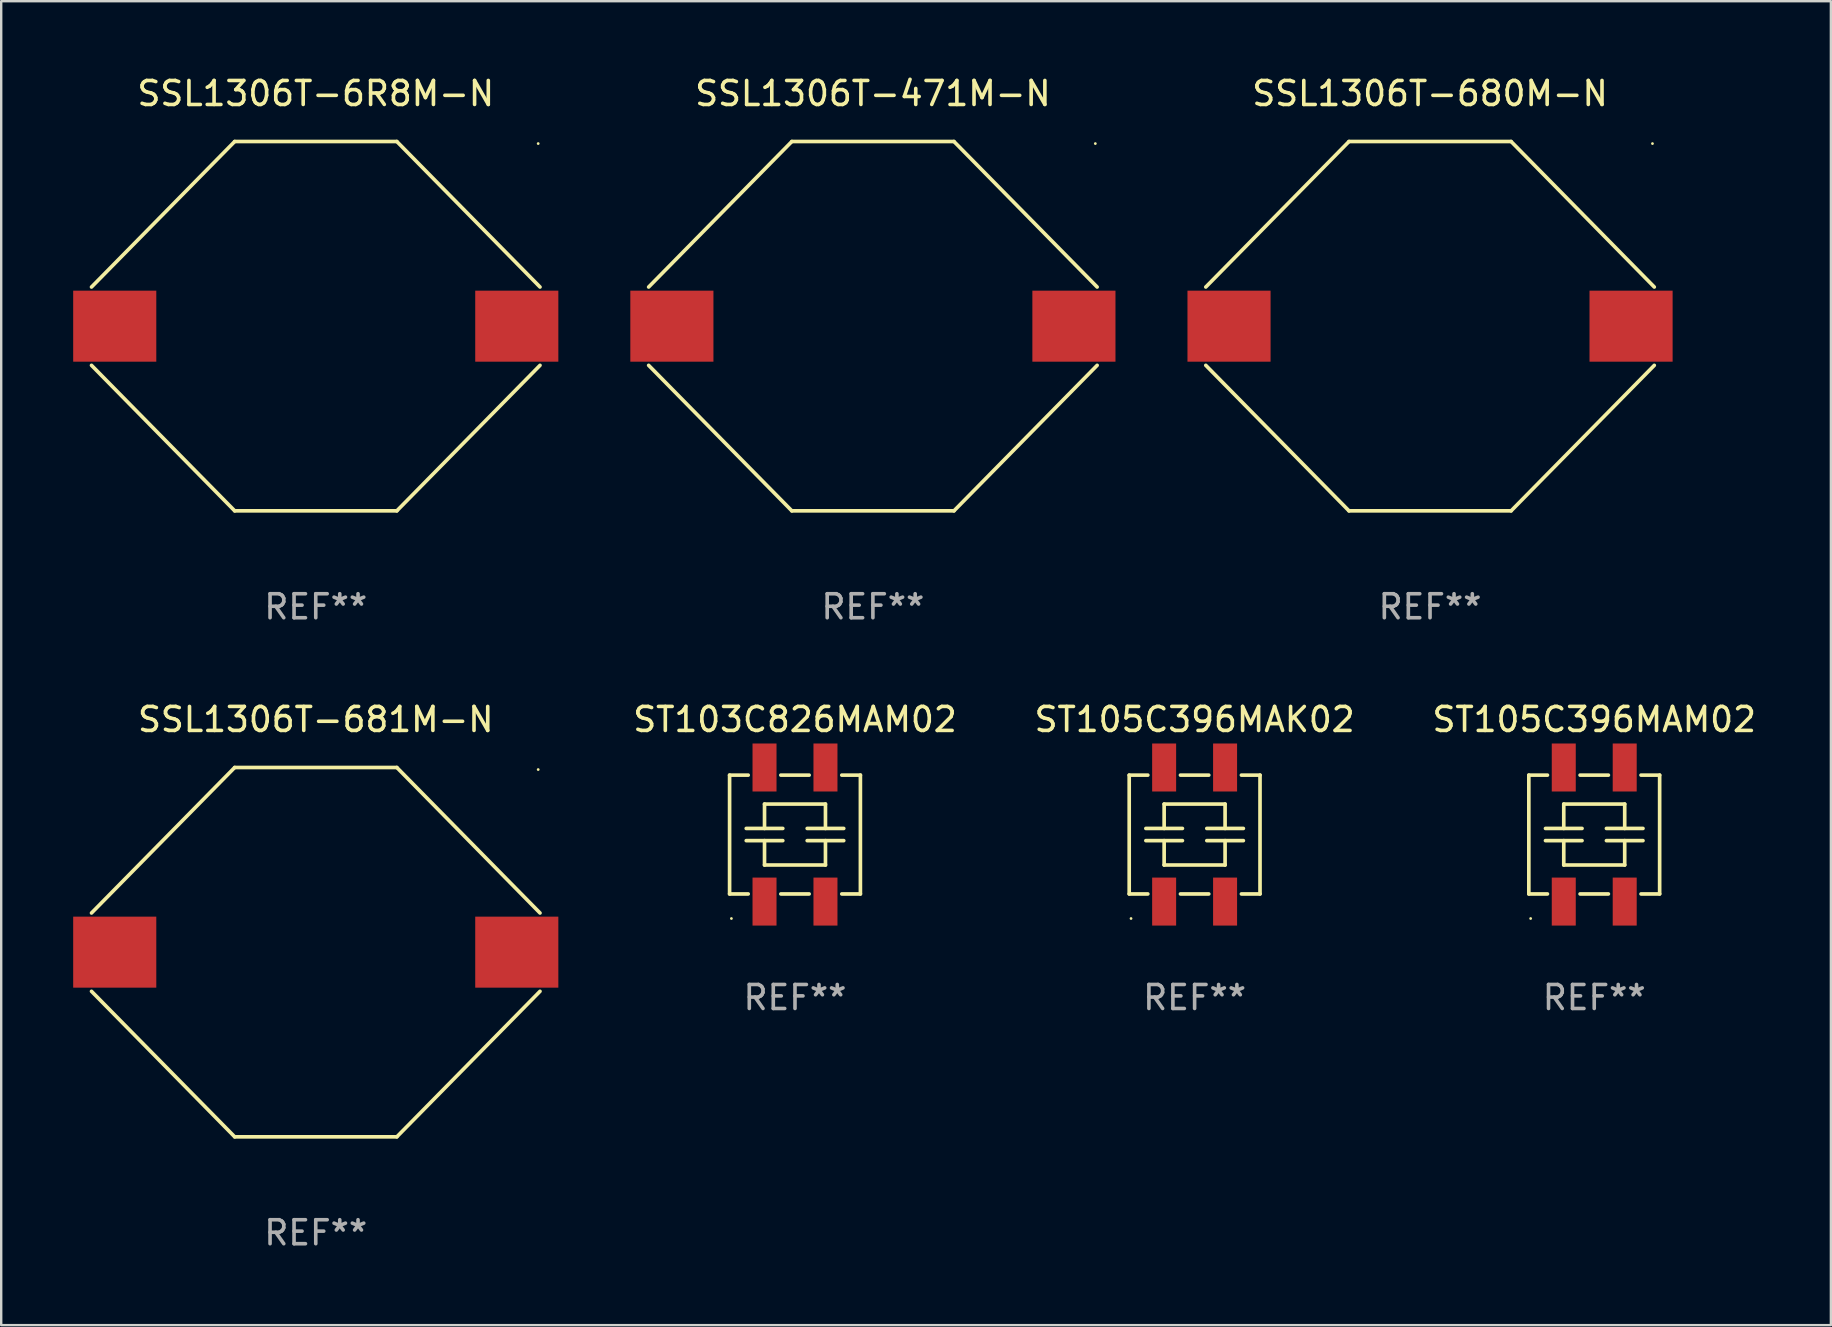
<source format=kicad_pcb>
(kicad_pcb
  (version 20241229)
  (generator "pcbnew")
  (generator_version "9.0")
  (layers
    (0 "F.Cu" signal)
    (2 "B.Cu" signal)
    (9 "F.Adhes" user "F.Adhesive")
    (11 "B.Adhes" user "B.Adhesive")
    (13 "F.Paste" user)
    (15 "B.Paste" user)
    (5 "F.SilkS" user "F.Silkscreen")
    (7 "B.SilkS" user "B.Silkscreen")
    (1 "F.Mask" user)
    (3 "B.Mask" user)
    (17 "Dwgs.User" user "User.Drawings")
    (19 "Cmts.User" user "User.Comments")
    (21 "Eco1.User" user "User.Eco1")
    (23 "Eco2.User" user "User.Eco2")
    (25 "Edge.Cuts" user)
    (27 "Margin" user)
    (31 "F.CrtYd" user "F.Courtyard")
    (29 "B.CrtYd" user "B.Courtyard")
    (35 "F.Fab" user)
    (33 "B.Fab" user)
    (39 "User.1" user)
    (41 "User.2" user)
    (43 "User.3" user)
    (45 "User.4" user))
  (footprint "SSL1306T-680M-N"
    (layer "F.Cu")
    (at 56.55 10.544)
    (property "Reference" "SSL1306T-680M-N" (at 0 -9.696 0) (layer "F.SilkS") (effects (font (size 1 1) (thickness 0.15))))
    (attr through_hole)
    (fp_line (start -9.346 -1.632) (end -3.379 -7.696) (stroke (width 0.152) (type solid)) (layer "F.SilkS"))
    (fp_line (start -9.346 1.632) (end -3.379 7.696) (stroke (width 0.152) (type solid)) (layer "F.SilkS"))
    (fp_line (start -3.379 -7.696) (end 3.379 -7.696) (stroke (width 0.152) (type solid)) (layer "F.SilkS"))
    (fp_line (start -3.379 7.696) (end 3.379 7.696) (stroke (width 0.152) (type solid)) (layer "F.SilkS"))
    (fp_line (start 9.346 -1.632) (end 3.379 -7.696) (stroke (width 0.152) (type solid)) (layer "F.SilkS"))
    (fp_line (start 9.346 1.632) (end 3.379 7.696) (stroke (width 0.152) (type solid)) (layer "F.SilkS"))
    (fp_circle (center 9.27 -7.61) (end 9.3 -7.61) (stroke (width 0.06) (type solid)) (fill no) (layer "F.SilkS"))
    (fp_text user "REF**" (at 0 11.696 0) (layer "F.Fab") (effects (font (size 1 1) (thickness 0.15))))
    (pad "1" smd rect (at 8.378 0) (size 3.464 2.96) (layers "F.Cu" "F.Mask" "F.Paste"))
    (pad "2" smd rect (at -8.378 0) (size 3.464 2.96) (layers "F.Cu" "F.Mask" "F.Paste")))
  (footprint "ST105C396MAM02"
    (layer "F.Cu")
    (at 63.393 31.731)
    (property "Reference" "ST105C396MAM02" (at 0 -4.794 0) (layer "F.SilkS") (effects (font (size 1 1) (thickness 0.15))))
    (attr through_hole)
    (fp_line (start -2.726 2.476) (end -2.726 -2.476) (stroke (width 0.152) (type solid)) (layer "F.SilkS"))
    (fp_line (start -2.726 2.476) (end -1.95 2.476) (stroke (width 0.152) (type solid)) (layer "F.SilkS"))
    (fp_line (start -2.032 -0.254) (end -0.508 -0.254) (stroke (width 0.152) (type solid)) (layer "F.SilkS"))
    (fp_line (start -2.032 0.254) (end -0.508 0.254) (stroke (width 0.152) (type solid)) (layer "F.SilkS"))
    (fp_line (start -1.95 -2.476) (end -2.726 -2.476) (stroke (width 0.152) (type solid)) (layer "F.SilkS"))
    (fp_line (start -1.27 -1.27) (end -1.27 -0.254) (stroke (width 0.152) (type solid)) (layer "F.SilkS"))
    (fp_line (start -1.27 -1.27) (end 1.27 -1.27) (stroke (width 0.152) (type solid)) (layer "F.SilkS"))
    (fp_line (start -1.27 1.27) (end -1.27 0.254) (stroke (width 0.152) (type solid)) (layer "F.SilkS"))
    (fp_line (start -1.27 1.27) (end 1.27 1.27) (stroke (width 0.152) (type solid)) (layer "F.SilkS"))
    (fp_line (start -0.59 2.476) (end 0.59 2.476) (stroke (width 0.152) (type solid)) (layer "F.SilkS"))
    (fp_line (start 0.508 -0.254) (end 2.032 -0.254) (stroke (width 0.152) (type solid)) (layer "F.SilkS"))
    (fp_line (start 0.508 0.254) (end 2.032 0.254) (stroke (width 0.152) (type solid)) (layer "F.SilkS"))
    (fp_line (start 0.59 -2.476) (end -0.59 -2.476) (stroke (width 0.152) (type solid)) (layer "F.SilkS"))
    (fp_line (start 1.27 -1.27) (end 1.27 -0.254) (stroke (width 0.152) (type solid)) (layer "F.SilkS"))
    (fp_line (start 1.27 1.27) (end 1.27 0.254) (stroke (width 0.152) (type solid)) (layer "F.SilkS"))
    (fp_line (start 1.95 2.476) (end 2.726 2.476) (stroke (width 0.152) (type solid)) (layer "F.SilkS"))
    (fp_line (start 2.726 -2.476) (end 1.95 -2.476) (stroke (width 0.152) (type solid)) (layer "F.SilkS"))
    (fp_line (start 2.726 -2.476) (end 2.726 2.476) (stroke (width 0.152) (type solid)) (layer "F.SilkS"))
    (fp_circle (center -2.65 3.5) (end -2.62 3.5) (stroke (width 0.06) (type solid)) (fill no) (layer "F.SilkS"))
    (fp_text user "REF**" (at 0 6.794 0) (layer "F.Fab") (effects (font (size 1 1) (thickness 0.15))))
    (pad "1" smd rect (at -1.27 2.794) (size 1 2) (layers "F.Cu" "F.Mask" "F.Paste"))
    (pad "2" smd rect (at -1.27 -2.794) (size 1 2) (layers "F.Cu" "F.Mask" "F.Paste"))
    (pad "3" smd rect (at 1.27 2.794) (size 1 2) (layers "F.Cu" "F.Mask" "F.Paste"))
    (pad "4" smd rect (at 1.27 -2.794) (size 1 2) (layers "F.Cu" "F.Mask" "F.Paste")))
  (footprint "ST105C396MAK02"
    (layer "F.Cu")
    (at 46.738 31.731)
    (property "Reference" "ST105C396MAK02" (at 0 -4.794 0) (layer "F.SilkS") (effects (font (size 1 1) (thickness 0.15))))
    (attr through_hole)
    (fp_line (start -2.726 2.476) (end -2.726 -2.476) (stroke (width 0.152) (type solid)) (layer "F.SilkS"))
    (fp_line (start -2.726 2.476) (end -1.95 2.476) (stroke (width 0.152) (type solid)) (layer "F.SilkS"))
    (fp_line (start -2.032 -0.254) (end -0.508 -0.254) (stroke (width 0.152) (type solid)) (layer "F.SilkS"))
    (fp_line (start -2.032 0.254) (end -0.508 0.254) (stroke (width 0.152) (type solid)) (layer "F.SilkS"))
    (fp_line (start -1.95 -2.476) (end -2.726 -2.476) (stroke (width 0.152) (type solid)) (layer "F.SilkS"))
    (fp_line (start -1.27 -1.27) (end -1.27 -0.254) (stroke (width 0.152) (type solid)) (layer "F.SilkS"))
    (fp_line (start -1.27 -1.27) (end 1.27 -1.27) (stroke (width 0.152) (type solid)) (layer "F.SilkS"))
    (fp_line (start -1.27 1.27) (end -1.27 0.254) (stroke (width 0.152) (type solid)) (layer "F.SilkS"))
    (fp_line (start -1.27 1.27) (end 1.27 1.27) (stroke (width 0.152) (type solid)) (layer "F.SilkS"))
    (fp_line (start -0.59 2.476) (end 0.59 2.476) (stroke (width 0.152) (type solid)) (layer "F.SilkS"))
    (fp_line (start 0.508 -0.254) (end 2.032 -0.254) (stroke (width 0.152) (type solid)) (layer "F.SilkS"))
    (fp_line (start 0.508 0.254) (end 2.032 0.254) (stroke (width 0.152) (type solid)) (layer "F.SilkS"))
    (fp_line (start 0.59 -2.476) (end -0.59 -2.476) (stroke (width 0.152) (type solid)) (layer "F.SilkS"))
    (fp_line (start 1.27 -1.27) (end 1.27 -0.254) (stroke (width 0.152) (type solid)) (layer "F.SilkS"))
    (fp_line (start 1.27 1.27) (end 1.27 0.254) (stroke (width 0.152) (type solid)) (layer "F.SilkS"))
    (fp_line (start 1.95 2.476) (end 2.726 2.476) (stroke (width 0.152) (type solid)) (layer "F.SilkS"))
    (fp_line (start 2.726 -2.476) (end 1.95 -2.476) (stroke (width 0.152) (type solid)) (layer "F.SilkS"))
    (fp_line (start 2.726 -2.476) (end 2.726 2.476) (stroke (width 0.152) (type solid)) (layer "F.SilkS"))
    (fp_circle (center -2.65 3.5) (end -2.62 3.5) (stroke (width 0.06) (type solid)) (fill no) (layer "F.SilkS"))
    (fp_text user "REF**" (at 0 6.794 0) (layer "F.Fab") (effects (font (size 1 1) (thickness 0.15))))
    (pad "1" smd rect (at -1.27 2.794) (size 1 2) (layers "F.Cu" "F.Mask" "F.Paste"))
    (pad "2" smd rect (at -1.27 -2.794) (size 1 2) (layers "F.Cu" "F.Mask" "F.Paste"))
    (pad "3" smd rect (at 1.27 2.794) (size 1 2) (layers "F.Cu" "F.Mask" "F.Paste"))
    (pad "4" smd rect (at 1.27 -2.794) (size 1 2) (layers "F.Cu" "F.Mask" "F.Paste")))
  (footprint "SSL1306T-681M-N"
    (layer "F.Cu")
    (at 10.11 36.633)
    (property "Reference" "SSL1306T-681M-N" (at 0 -9.696 0) (layer "F.SilkS") (effects (font (size 1 1) (thickness 0.15))))
    (attr through_hole)
    (fp_line (start -9.346 -1.632) (end -3.379 -7.696) (stroke (width 0.152) (type solid)) (layer "F.SilkS"))
    (fp_line (start -9.346 1.632) (end -3.379 7.696) (stroke (width 0.152) (type solid)) (layer "F.SilkS"))
    (fp_line (start -3.379 -7.696) (end 3.379 -7.696) (stroke (width 0.152) (type solid)) (layer "F.SilkS"))
    (fp_line (start -3.379 7.696) (end 3.379 7.696) (stroke (width 0.152) (type solid)) (layer "F.SilkS"))
    (fp_line (start 9.346 -1.632) (end 3.379 -7.696) (stroke (width 0.152) (type solid)) (layer "F.SilkS"))
    (fp_line (start 9.346 1.632) (end 3.379 7.696) (stroke (width 0.152) (type solid)) (layer "F.SilkS"))
    (fp_circle (center 9.27 -7.61) (end 9.3 -7.61) (stroke (width 0.06) (type solid)) (fill no) (layer "F.SilkS"))
    (fp_text user "REF**" (at 0 11.696 0) (layer "F.Fab") (effects (font (size 1 1) (thickness 0.15))))
    (pad "1" smd rect (at 8.378 0) (size 3.464 2.96) (layers "F.Cu" "F.Mask" "F.Paste"))
    (pad "2" smd rect (at -8.378 0) (size 3.464 2.96) (layers "F.Cu" "F.Mask" "F.Paste")))
  (footprint "ST103C826MAM02"
    (layer "F.Cu")
    (at 30.083 31.731)
    (property "Reference" "ST103C826MAM02" (at 0 -4.794 0) (layer "F.SilkS") (effects (font (size 1 1) (thickness 0.15))))
    (attr through_hole)
    (fp_line (start -2.726 2.476) (end -2.726 -2.476) (stroke (width 0.152) (type solid)) (layer "F.SilkS"))
    (fp_line (start -2.726 2.476) (end -1.95 2.476) (stroke (width 0.152) (type solid)) (layer "F.SilkS"))
    (fp_line (start -2.032 -0.254) (end -0.508 -0.254) (stroke (width 0.152) (type solid)) (layer "F.SilkS"))
    (fp_line (start -2.032 0.254) (end -0.508 0.254) (stroke (width 0.152) (type solid)) (layer "F.SilkS"))
    (fp_line (start -1.95 -2.476) (end -2.726 -2.476) (stroke (width 0.152) (type solid)) (layer "F.SilkS"))
    (fp_line (start -1.27 -1.27) (end -1.27 -0.254) (stroke (width 0.152) (type solid)) (layer "F.SilkS"))
    (fp_line (start -1.27 -1.27) (end 1.27 -1.27) (stroke (width 0.152) (type solid)) (layer "F.SilkS"))
    (fp_line (start -1.27 1.27) (end -1.27 0.254) (stroke (width 0.152) (type solid)) (layer "F.SilkS"))
    (fp_line (start -1.27 1.27) (end 1.27 1.27) (stroke (width 0.152) (type solid)) (layer "F.SilkS"))
    (fp_line (start -0.59 2.476) (end 0.59 2.476) (stroke (width 0.152) (type solid)) (layer "F.SilkS"))
    (fp_line (start 0.508 -0.254) (end 2.032 -0.254) (stroke (width 0.152) (type solid)) (layer "F.SilkS"))
    (fp_line (start 0.508 0.254) (end 2.032 0.254) (stroke (width 0.152) (type solid)) (layer "F.SilkS"))
    (fp_line (start 0.59 -2.476) (end -0.59 -2.476) (stroke (width 0.152) (type solid)) (layer "F.SilkS"))
    (fp_line (start 1.27 -1.27) (end 1.27 -0.254) (stroke (width 0.152) (type solid)) (layer "F.SilkS"))
    (fp_line (start 1.27 1.27) (end 1.27 0.254) (stroke (width 0.152) (type solid)) (layer "F.SilkS"))
    (fp_line (start 1.95 2.476) (end 2.726 2.476) (stroke (width 0.152) (type solid)) (layer "F.SilkS"))
    (fp_line (start 2.726 -2.476) (end 1.95 -2.476) (stroke (width 0.152) (type solid)) (layer "F.SilkS"))
    (fp_line (start 2.726 -2.476) (end 2.726 2.476) (stroke (width 0.152) (type solid)) (layer "F.SilkS"))
    (fp_circle (center -2.65 3.5) (end -2.62 3.5) (stroke (width 0.06) (type solid)) (fill no) (layer "F.SilkS"))
    (fp_text user "REF**" (at 0 6.794 0) (layer "F.Fab") (effects (font (size 1 1) (thickness 0.15))))
    (pad "1" smd rect (at -1.27 2.794) (size 1 2) (layers "F.Cu" "F.Mask" "F.Paste"))
    (pad "2" smd rect (at -1.27 -2.794) (size 1 2) (layers "F.Cu" "F.Mask" "F.Paste"))
    (pad "3" smd rect (at 1.27 2.794) (size 1 2) (layers "F.Cu" "F.Mask" "F.Paste"))
    (pad "4" smd rect (at 1.27 -2.794) (size 1 2) (layers "F.Cu" "F.Mask" "F.Paste")))
  (footprint "SSL1306T-471M-N"
    (layer "F.Cu")
    (at 33.33 10.544)
    (property "Reference" "SSL1306T-471M-N" (at 0 -9.696 0) (layer "F.SilkS") (effects (font (size 1 1) (thickness 0.15))))
    (attr through_hole)
    (fp_line (start -9.346 -1.632) (end -3.379 -7.696) (stroke (width 0.152) (type solid)) (layer "F.SilkS"))
    (fp_line (start -9.346 1.632) (end -3.379 7.696) (stroke (width 0.152) (type solid)) (layer "F.SilkS"))
    (fp_line (start -3.379 -7.696) (end 3.379 -7.696) (stroke (width 0.152) (type solid)) (layer "F.SilkS"))
    (fp_line (start -3.379 7.696) (end 3.379 7.696) (stroke (width 0.152) (type solid)) (layer "F.SilkS"))
    (fp_line (start 9.346 -1.632) (end 3.379 -7.696) (stroke (width 0.152) (type solid)) (layer "F.SilkS"))
    (fp_line (start 9.346 1.632) (end 3.379 7.696) (stroke (width 0.152) (type solid)) (layer "F.SilkS"))
    (fp_circle (center 9.27 -7.61) (end 9.3 -7.61) (stroke (width 0.06) (type solid)) (fill no) (layer "F.SilkS"))
    (fp_text user "REF**" (at 0 11.696 0) (layer "F.Fab") (effects (font (size 1 1) (thickness 0.15))))
    (pad "1" smd rect (at 8.378 0) (size 3.464 2.96) (layers "F.Cu" "F.Mask" "F.Paste"))
    (pad "2" smd rect (at -8.378 0) (size 3.464 2.96) (layers "F.Cu" "F.Mask" "F.Paste")))
  (footprint "SSL1306T-6R8M-N"
    (layer "F.Cu")
    (at 10.11 10.544)
    (property "Reference" "SSL1306T-6R8M-N" (at 0 -9.696 0) (layer "F.SilkS") (effects (font (size 1 1) (thickness 0.15))))
    (attr through_hole)
    (fp_line (start -9.346 -1.632) (end -3.379 -7.696) (stroke (width 0.152) (type solid)) (layer "F.SilkS"))
    (fp_line (start -9.346 1.632) (end -3.379 7.696) (stroke (width 0.152) (type solid)) (layer "F.SilkS"))
    (fp_line (start -3.379 -7.696) (end 3.379 -7.696) (stroke (width 0.152) (type solid)) (layer "F.SilkS"))
    (fp_line (start -3.379 7.696) (end 3.379 7.696) (stroke (width 0.152) (type solid)) (layer "F.SilkS"))
    (fp_line (start 9.346 -1.632) (end 3.379 -7.696) (stroke (width 0.152) (type solid)) (layer "F.SilkS"))
    (fp_line (start 9.346 1.632) (end 3.379 7.696) (stroke (width 0.152) (type solid)) (layer "F.SilkS"))
    (fp_circle (center 9.27 -7.61) (end 9.3 -7.61) (stroke (width 0.06) (type solid)) (fill no) (layer "F.SilkS"))
    (fp_text user "REF**" (at 0 11.696 0) (layer "F.Fab") (effects (font (size 1 1) (thickness 0.15))))
    (pad "1" smd rect (at 8.378 0) (size 3.464 2.96) (layers "F.Cu" "F.Mask" "F.Paste"))
    (pad "2" smd rect (at -8.378 0) (size 3.464 2.96) (layers "F.Cu" "F.Mask" "F.Paste")))
  (gr_rect
    (start -3 -3)
    (end 73.256 52.178)
    (stroke (width 0.1) (type default))
    (fill no)
    (layer "Edge.Cuts")))
</source>
